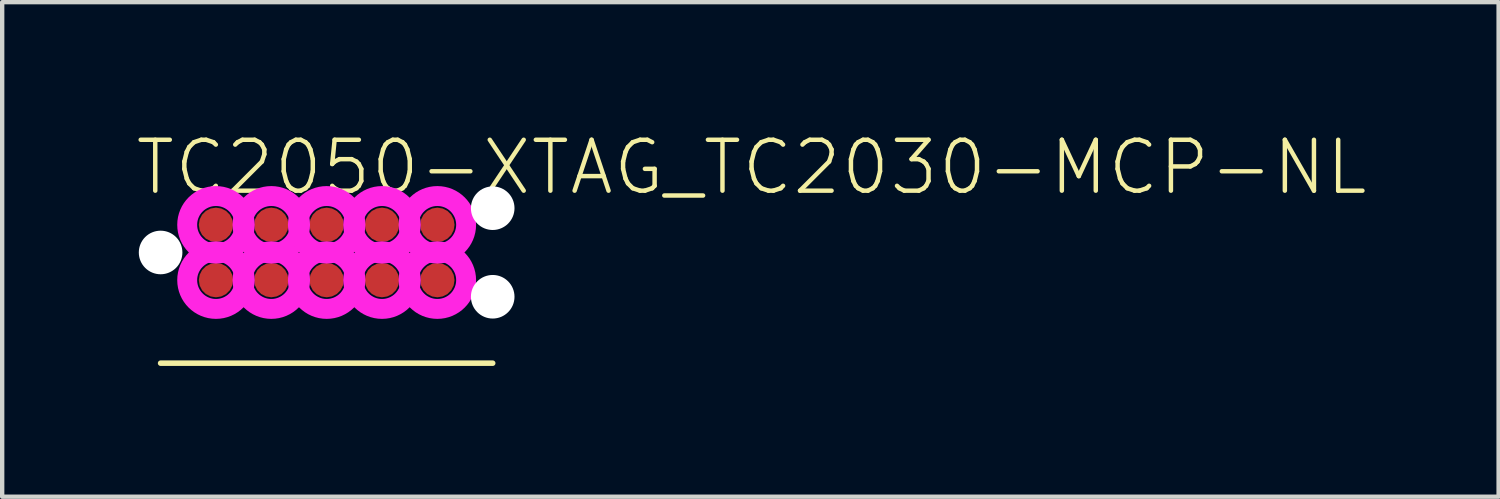
<source format=kicad_pcb>
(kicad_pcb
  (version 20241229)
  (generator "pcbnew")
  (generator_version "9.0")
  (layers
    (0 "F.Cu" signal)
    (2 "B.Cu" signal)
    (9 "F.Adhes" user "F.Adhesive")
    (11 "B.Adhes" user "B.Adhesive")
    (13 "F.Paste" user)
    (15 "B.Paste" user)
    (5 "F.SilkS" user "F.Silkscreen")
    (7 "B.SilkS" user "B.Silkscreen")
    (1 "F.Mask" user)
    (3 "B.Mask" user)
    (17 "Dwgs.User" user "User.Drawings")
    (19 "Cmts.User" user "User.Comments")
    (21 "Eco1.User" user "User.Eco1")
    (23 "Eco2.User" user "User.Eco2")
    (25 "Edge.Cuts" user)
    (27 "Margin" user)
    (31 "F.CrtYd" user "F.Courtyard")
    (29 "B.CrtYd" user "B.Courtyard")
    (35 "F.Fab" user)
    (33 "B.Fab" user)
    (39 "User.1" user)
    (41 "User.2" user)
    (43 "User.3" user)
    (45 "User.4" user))
  (footprint "TC2050-XTAG_TC2030-MCP-NL"
    (layer "F.Cu")
    (at 0.635 2.743)
    (property "Reference" "TC2050-XTAG_TC2030-MCP-NL" (at -0.635 -1.27 0) (unlocked yes) (layer "F.SilkS") (effects (font (size 1.168 1.168) (thickness 0.102)) (justify left bottom)))
    (fp_line (start 0 2.54) (end 7.62 2.54) (stroke (width 0.127) (type solid)) (layer "F.SilkS"))
    (fp_circle (center 1.27 -0.635) (end 1.93 -0.635) (stroke (width 0.457) (type solid)) (fill no) (layer "F.CrtYd"))
    (fp_circle (center 1.27 0.635) (end 1.93 0.635) (stroke (width 0.457) (type solid)) (fill no) (layer "F.CrtYd"))
    (fp_circle (center 2.54 -0.635) (end 3.2 -0.635) (stroke (width 0.457) (type solid)) (fill no) (layer "F.CrtYd"))
    (fp_circle (center 2.54 0.635) (end 3.2 0.635) (stroke (width 0.457) (type solid)) (fill no) (layer "F.CrtYd"))
    (fp_circle (center 3.81 -0.635) (end 4.47 -0.635) (stroke (width 0.457) (type solid)) (fill no) (layer "F.CrtYd"))
    (fp_circle (center 3.81 0.635) (end 4.47 0.635) (stroke (width 0.457) (type solid)) (fill no) (layer "F.CrtYd"))
    (fp_circle (center 5.08 -0.635) (end 5.74 -0.635) (stroke (width 0.457) (type solid)) (fill no) (layer "F.CrtYd"))
    (fp_circle (center 5.08 0.635) (end 5.74 0.635) (stroke (width 0.457) (type solid)) (fill no) (layer "F.CrtYd"))
    (fp_circle (center 6.35 -0.635) (end 7.01 -0.635) (stroke (width 0.457) (type solid)) (fill no) (layer "F.CrtYd"))
    (fp_circle (center 6.35 0.635) (end 7.01 0.635) (stroke (width 0.457) (type solid)) (fill no) (layer "F.CrtYd"))
    (pad "" np_thru_hole circle (at 0 0) (size 1 1) (drill 1) (layers "*.Cu" "*.Mask"))
    (pad "" np_thru_hole circle (at 7.62 -1.016) (size 1 1) (drill 1) (layers "*.Cu" "*.Mask"))
    (pad "" np_thru_hole circle (at 7.62 1.016) (size 1 1) (drill 1) (layers "*.Cu" "*.Mask"))
    (pad "1" smd roundrect (at 1.27 0.635) (size 0.787 0.787) (layers "F.Cu" "F.Mask" "F.Paste") (roundrect_rratio 0.5))
    (pad "2" smd roundrect (at 2.54 0.635) (size 0.787 0.787) (layers "F.Cu" "F.Mask" "F.Paste") (roundrect_rratio 0.5))
    (pad "3" smd roundrect (at 3.81 0.635) (size 0.787 0.787) (layers "F.Cu" "F.Mask" "F.Paste") (roundrect_rratio 0.5))
    (pad "4" smd roundrect (at 5.08 0.635) (size 0.787 0.787) (layers "F.Cu" "F.Mask" "F.Paste") (roundrect_rratio 0.5))
    (pad "5" smd roundrect (at 6.35 0.635) (size 0.787 0.787) (layers "F.Cu" "F.Mask" "F.Paste") (roundrect_rratio 0.5))
    (pad "6" smd roundrect (at 6.35 -0.635) (size 0.787 0.787) (layers "F.Cu" "F.Mask" "F.Paste") (roundrect_rratio 0.5))
    (pad "7" smd roundrect (at 5.08 -0.635) (size 0.787 0.787) (layers "F.Cu" "F.Mask" "F.Paste") (roundrect_rratio 0.5))
    (pad "8" smd roundrect (at 3.81 -0.635) (size 0.787 0.787) (layers "F.Cu" "F.Mask" "F.Paste") (roundrect_rratio 0.5))
    (pad "9" smd roundrect (at 2.54 -0.635) (size 0.787 0.787) (layers "F.Cu" "F.Mask" "F.Paste") (roundrect_rratio 0.5))
    (pad "10" smd roundrect (at 1.27 -0.635) (size 0.787 0.787) (layers "F.Cu" "F.Mask") (roundrect_rratio 0.5))
    (zone (net_name "") (layer "F.Cu") (hatch edge 0.5) (connect_pads) (min_thickness 0.25) (filled_areas_thickness no) (keepout (tracks not_allowed) (vias not_allowed) (pads not_allowed) (copperpour not_allowed) (footprints allowed)) (placement (enabled no)) (fill) (polygon (pts (xy 2.794 2.108) (xy 2.775 1.923) (xy 2.717 1.747) (xy 2.624 1.586) (xy 2.5 1.448) (xy 2.349 1.338) (xy 2.18 1.263) (xy 1.998 1.224) (xy 1.812 1.224) (xy 1.63 1.263) (xy 1.46 1.338) (xy 1.31 1.448) (xy 1.186 1.586) (xy 1.093 1.747) (xy 1.035 1.923) (xy 1.016 2.108) (xy 1.035 2.293) (xy 1.093 2.47) (xy 1.186 2.631) (xy 1.31 2.769) (xy 1.46 2.878) (xy 1.63 2.954) (xy 1.812 2.992) (xy 1.998 2.992) (xy 2.18 2.954) (xy 2.349 2.878) (xy 2.5 2.769) (xy 2.624 2.631) (xy 2.717 2.47) (xy 2.775 2.293))) (polygon (pts (xy 2.337 2.108) (xy 2.318 1.981) (xy 2.262 1.865) (xy 2.174 1.771) (xy 2.063 1.706) (xy 1.937 1.678) (xy 1.809 1.687) (xy 1.689 1.734) (xy 1.588 1.815) (xy 1.516 1.921) (xy 1.478 2.044) (xy 1.478 2.173) (xy 1.516 2.296) (xy 1.588 2.402) (xy 1.689 2.482) (xy 1.809 2.529) (xy 1.937 2.539) (xy 2.063 2.51) (xy 2.174 2.446) (xy 2.262 2.351) (xy 2.318 2.235))))
    (zone (net_name "") (layer "F.Cu") (hatch edge 0.5) (connect_pads) (min_thickness 0.25) (filled_areas_thickness no) (keepout (tracks not_allowed) (vias not_allowed) (pads not_allowed) (copperpour not_allowed) (footprints allowed)) (placement (enabled no)) (fill) (polygon (pts (xy 2.794 3.378) (xy 2.775 3.193) (xy 2.717 3.017) (xy 2.624 2.856) (xy 2.5 2.718) (xy 2.349 2.608) (xy 2.18 2.533) (xy 1.998 2.494) (xy 1.812 2.494) (xy 1.63 2.533) (xy 1.46 2.608) (xy 1.31 2.718) (xy 1.186 2.856) (xy 1.093 3.017) (xy 1.035 3.193) (xy 1.016 3.378) (xy 1.035 3.563) (xy 1.093 3.74) (xy 1.186 3.901) (xy 1.31 4.039) (xy 1.46 4.148) (xy 1.63 4.224) (xy 1.812 4.262) (xy 1.998 4.262) (xy 2.18 4.224) (xy 2.349 4.148) (xy 2.5 4.039) (xy 2.624 3.901) (xy 2.717 3.74) (xy 2.775 3.563))) (polygon (pts (xy 2.337 3.378) (xy 2.318 3.251) (xy 2.262 3.135) (xy 2.174 3.041) (xy 2.063 2.976) (xy 1.937 2.948) (xy 1.809 2.957) (xy 1.689 3.004) (xy 1.588 3.085) (xy 1.516 3.191) (xy 1.478 3.314) (xy 1.478 3.443) (xy 1.516 3.566) (xy 1.588 3.672) (xy 1.689 3.752) (xy 1.809 3.799) (xy 1.937 3.809) (xy 2.063 3.78) (xy 2.174 3.716) (xy 2.262 3.621) (xy 2.318 3.505))))
    (zone (net_name "") (layer "F.Cu") (hatch edge 0.5) (connect_pads) (min_thickness 0.25) (filled_areas_thickness no) (keepout (tracks not_allowed) (vias not_allowed) (pads not_allowed) (copperpour not_allowed) (footprints allowed)) (placement (enabled no)) (fill) (polygon (pts (xy 4.064 2.108) (xy 4.045 1.923) (xy 3.987 1.747) (xy 3.894 1.586) (xy 3.77 1.448) (xy 3.619 1.338) (xy 3.45 1.263) (xy 3.268 1.224) (xy 3.082 1.224) (xy 2.9 1.263) (xy 2.731 1.338) (xy 2.58 1.448) (xy 2.456 1.586) (xy 2.363 1.747) (xy 2.305 1.923) (xy 2.286 2.108) (xy 2.305 2.293) (xy 2.363 2.47) (xy 2.456 2.631) (xy 2.58 2.769) (xy 2.731 2.878) (xy 2.9 2.954) (xy 3.082 2.992) (xy 3.268 2.992) (xy 3.45 2.954) (xy 3.619 2.878) (xy 3.77 2.769) (xy 3.894 2.631) (xy 3.987 2.47) (xy 4.045 2.293))) (polygon (pts (xy 3.607 2.108) (xy 3.588 1.981) (xy 3.532 1.865) (xy 3.444 1.771) (xy 3.333 1.706) (xy 3.207 1.678) (xy 3.079 1.687) (xy 2.959 1.734) (xy 2.858 1.815) (xy 2.786 1.921) (xy 2.748 2.044) (xy 2.748 2.173) (xy 2.786 2.296) (xy 2.858 2.402) (xy 2.959 2.482) (xy 3.079 2.529) (xy 3.207 2.539) (xy 3.333 2.51) (xy 3.444 2.446) (xy 3.532 2.351) (xy 3.588 2.235))))
    (zone (net_name "") (layer "F.Cu") (hatch edge 0.5) (connect_pads) (min_thickness 0.25) (filled_areas_thickness no) (keepout (tracks not_allowed) (vias not_allowed) (pads not_allowed) (copperpour not_allowed) (footprints allowed)) (placement (enabled no)) (fill) (polygon (pts (xy 4.064 3.378) (xy 4.045 3.193) (xy 3.987 3.017) (xy 3.894 2.856) (xy 3.77 2.718) (xy 3.619 2.608) (xy 3.45 2.533) (xy 3.268 2.494) (xy 3.082 2.494) (xy 2.9 2.533) (xy 2.731 2.608) (xy 2.58 2.718) (xy 2.456 2.856) (xy 2.363 3.017) (xy 2.305 3.193) (xy 2.286 3.378) (xy 2.305 3.563) (xy 2.363 3.74) (xy 2.456 3.901) (xy 2.58 4.039) (xy 2.731 4.148) (xy 2.9 4.224) (xy 3.082 4.262) (xy 3.268 4.262) (xy 3.45 4.224) (xy 3.619 4.148) (xy 3.77 4.039) (xy 3.894 3.901) (xy 3.987 3.74) (xy 4.045 3.563))) (polygon (pts (xy 3.607 3.378) (xy 3.588 3.251) (xy 3.532 3.135) (xy 3.444 3.041) (xy 3.333 2.976) (xy 3.207 2.948) (xy 3.079 2.957) (xy 2.959 3.004) (xy 2.858 3.085) (xy 2.786 3.191) (xy 2.748 3.314) (xy 2.748 3.443) (xy 2.786 3.566) (xy 2.858 3.672) (xy 2.959 3.752) (xy 3.079 3.799) (xy 3.207 3.809) (xy 3.333 3.78) (xy 3.444 3.716) (xy 3.532 3.621) (xy 3.588 3.505))))
    (zone (net_name "") (layer "F.Cu") (hatch edge 0.5) (connect_pads) (min_thickness 0.25) (filled_areas_thickness no) (keepout (tracks not_allowed) (vias not_allowed) (pads not_allowed) (copperpour not_allowed) (footprints allowed)) (placement (enabled no)) (fill) (polygon (pts (xy 5.334 2.108) (xy 5.315 1.923) (xy 5.257 1.747) (xy 5.164 1.586) (xy 5.04 1.448) (xy 4.889 1.338) (xy 4.72 1.263) (xy 4.538 1.224) (xy 4.352 1.224) (xy 4.17 1.263) (xy 4 1.338) (xy 3.85 1.448) (xy 3.726 1.586) (xy 3.633 1.747) (xy 3.575 1.923) (xy 3.556 2.108) (xy 3.575 2.293) (xy 3.633 2.47) (xy 3.726 2.631) (xy 3.85 2.769) (xy 4 2.878) (xy 4.17 2.954) (xy 4.352 2.992) (xy 4.538 2.992) (xy 4.72 2.954) (xy 4.889 2.878) (xy 5.04 2.769) (xy 5.164 2.631) (xy 5.257 2.47) (xy 5.315 2.293))) (polygon (pts (xy 4.877 2.108) (xy 4.858 1.981) (xy 4.802 1.865) (xy 4.714 1.771) (xy 4.603 1.706) (xy 4.477 1.678) (xy 4.349 1.687) (xy 4.229 1.734) (xy 4.128 1.815) (xy 4.056 1.921) (xy 4.018 2.044) (xy 4.018 2.173) (xy 4.056 2.296) (xy 4.128 2.402) (xy 4.229 2.482) (xy 4.349 2.529) (xy 4.477 2.539) (xy 4.603 2.51) (xy 4.714 2.446) (xy 4.802 2.351) (xy 4.858 2.235))))
    (zone (net_name "") (layer "F.Cu") (hatch edge 0.5) (connect_pads) (min_thickness 0.25) (filled_areas_thickness no) (keepout (tracks not_allowed) (vias not_allowed) (pads not_allowed) (copperpour not_allowed) (footprints allowed)) (placement (enabled no)) (fill) (polygon (pts (xy 5.334 3.378) (xy 5.315 3.193) (xy 5.257 3.017) (xy 5.164 2.856) (xy 5.04 2.718) (xy 4.889 2.608) (xy 4.72 2.533) (xy 4.538 2.494) (xy 4.352 2.494) (xy 4.17 2.533) (xy 4 2.608) (xy 3.85 2.718) (xy 3.726 2.856) (xy 3.633 3.017) (xy 3.575 3.193) (xy 3.556 3.378) (xy 3.575 3.563) (xy 3.633 3.74) (xy 3.726 3.901) (xy 3.85 4.039) (xy 4 4.148) (xy 4.17 4.224) (xy 4.352 4.262) (xy 4.538 4.262) (xy 4.72 4.224) (xy 4.889 4.148) (xy 5.04 4.039) (xy 5.164 3.901) (xy 5.257 3.74) (xy 5.315 3.563))) (polygon (pts (xy 4.877 3.378) (xy 4.858 3.251) (xy 4.802 3.135) (xy 4.714 3.041) (xy 4.603 2.976) (xy 4.477 2.948) (xy 4.349 2.957) (xy 4.229 3.004) (xy 4.128 3.085) (xy 4.056 3.191) (xy 4.018 3.314) (xy 4.018 3.443) (xy 4.056 3.566) (xy 4.128 3.672) (xy 4.229 3.752) (xy 4.349 3.799) (xy 4.477 3.809) (xy 4.603 3.78) (xy 4.714 3.716) (xy 4.802 3.621) (xy 4.858 3.505))))
    (zone (net_name "") (layer "F.Cu") (hatch edge 0.5) (connect_pads) (min_thickness 0.25) (filled_areas_thickness no) (keepout (tracks not_allowed) (vias not_allowed) (pads not_allowed) (copperpour not_allowed) (footprints allowed)) (placement (enabled no)) (fill) (polygon (pts (xy 6.604 2.108) (xy 6.585 1.923) (xy 6.527 1.747) (xy 6.434 1.586) (xy 6.31 1.448) (xy 6.16 1.338) (xy 5.99 1.263) (xy 5.808 1.224) (xy 5.622 1.224) (xy 5.44 1.263) (xy 5.271 1.338) (xy 5.12 1.448) (xy 4.996 1.586) (xy 4.903 1.747) (xy 4.845 1.923) (xy 4.826 2.108) (xy 4.845 2.293) (xy 4.903 2.47) (xy 4.996 2.631) (xy 5.12 2.769) (xy 5.271 2.878) (xy 5.44 2.954) (xy 5.622 2.992) (xy 5.808 2.992) (xy 5.99 2.954) (xy 6.16 2.878) (xy 6.31 2.769) (xy 6.434 2.631) (xy 6.527 2.47) (xy 6.585 2.293))) (polygon (pts (xy 6.147 2.108) (xy 6.128 1.981) (xy 6.072 1.865) (xy 5.984 1.771) (xy 5.873 1.706) (xy 5.747 1.678) (xy 5.619 1.687) (xy 5.499 1.734) (xy 5.398 1.815) (xy 5.326 1.921) (xy 5.288 2.044) (xy 5.288 2.173) (xy 5.326 2.296) (xy 5.398 2.402) (xy 5.499 2.482) (xy 5.619 2.529) (xy 5.747 2.539) (xy 5.873 2.51) (xy 5.984 2.446) (xy 6.072 2.351) (xy 6.128 2.235))))
    (zone (net_name "") (layer "F.Cu") (hatch edge 0.5) (connect_pads) (min_thickness 0.25) (filled_areas_thickness no) (keepout (tracks not_allowed) (vias not_allowed) (pads not_allowed) (copperpour not_allowed) (footprints allowed)) (placement (enabled no)) (fill) (polygon (pts (xy 6.604 3.378) (xy 6.585 3.193) (xy 6.527 3.017) (xy 6.434 2.856) (xy 6.31 2.718) (xy 6.16 2.608) (xy 5.99 2.533) (xy 5.808 2.494) (xy 5.622 2.494) (xy 5.44 2.533) (xy 5.271 2.608) (xy 5.12 2.718) (xy 4.996 2.856) (xy 4.903 3.017) (xy 4.845 3.193) (xy 4.826 3.378) (xy 4.845 3.563) (xy 4.903 3.74) (xy 4.996 3.901) (xy 5.12 4.039) (xy 5.271 4.148) (xy 5.44 4.224) (xy 5.622 4.262) (xy 5.808 4.262) (xy 5.99 4.224) (xy 6.16 4.148) (xy 6.31 4.039) (xy 6.434 3.901) (xy 6.527 3.74) (xy 6.585 3.563))) (polygon (pts (xy 6.147 3.378) (xy 6.128 3.251) (xy 6.072 3.135) (xy 5.984 3.041) (xy 5.873 2.976) (xy 5.747 2.948) (xy 5.619 2.957) (xy 5.499 3.004) (xy 5.398 3.085) (xy 5.326 3.191) (xy 5.288 3.314) (xy 5.288 3.443) (xy 5.326 3.566) (xy 5.398 3.672) (xy 5.499 3.752) (xy 5.619 3.799) (xy 5.747 3.809) (xy 5.873 3.78) (xy 5.984 3.716) (xy 6.072 3.621) (xy 6.128 3.505))))
    (zone (net_name "") (layer "F.Cu") (hatch edge 0.5) (connect_pads) (min_thickness 0.25) (filled_areas_thickness no) (keepout (tracks not_allowed) (vias not_allowed) (pads not_allowed) (copperpour not_allowed) (footprints allowed)) (placement (enabled no)) (fill) (polygon (pts (xy 7.874 2.108) (xy 7.855 1.923) (xy 7.797 1.747) (xy 7.704 1.586) (xy 7.58 1.448) (xy 7.429 1.338) (xy 7.26 1.263) (xy 7.078 1.224) (xy 6.892 1.224) (xy 6.71 1.263) (xy 6.54 1.338) (xy 6.39 1.448) (xy 6.266 1.586) (xy 6.173 1.747) (xy 6.115 1.923) (xy 6.096 2.108) (xy 6.115 2.293) (xy 6.173 2.47) (xy 6.266 2.631) (xy 6.39 2.769) (xy 6.54 2.878) (xy 6.71 2.954) (xy 6.892 2.992) (xy 7.078 2.992) (xy 7.26 2.954) (xy 7.429 2.878) (xy 7.58 2.769) (xy 7.704 2.631) (xy 7.797 2.47) (xy 7.855 2.293))) (polygon (pts (xy 7.417 2.108) (xy 7.398 1.981) (xy 7.342 1.865) (xy 7.254 1.771) (xy 7.143 1.706) (xy 7.017 1.678) (xy 6.889 1.687) (xy 6.769 1.734) (xy 6.668 1.815) (xy 6.596 1.921) (xy 6.558 2.044) (xy 6.558 2.173) (xy 6.596 2.296) (xy 6.668 2.402) (xy 6.769 2.482) (xy 6.889 2.529) (xy 7.017 2.539) (xy 7.143 2.51) (xy 7.254 2.446) (xy 7.342 2.351) (xy 7.398 2.235))))
    (zone (net_name "") (layer "F.Cu") (hatch edge 0.5) (connect_pads) (min_thickness 0.25) (filled_areas_thickness no) (keepout (tracks not_allowed) (vias not_allowed) (pads not_allowed) (copperpour not_allowed) (footprints allowed)) (placement (enabled no)) (fill) (polygon (pts (xy 7.874 3.378) (xy 7.855 3.193) (xy 7.797 3.017) (xy 7.704 2.856) (xy 7.58 2.718) (xy 7.429 2.608) (xy 7.26 2.533) (xy 7.078 2.494) (xy 6.892 2.494) (xy 6.71 2.533) (xy 6.54 2.608) (xy 6.39 2.718) (xy 6.266 2.856) (xy 6.173 3.017) (xy 6.115 3.193) (xy 6.096 3.378) (xy 6.115 3.563) (xy 6.173 3.74) (xy 6.266 3.901) (xy 6.39 4.039) (xy 6.54 4.148) (xy 6.71 4.224) (xy 6.892 4.262) (xy 7.078 4.262) (xy 7.26 4.224) (xy 7.429 4.148) (xy 7.58 4.039) (xy 7.704 3.901) (xy 7.797 3.74) (xy 7.855 3.563))) (polygon (pts (xy 7.417 3.378) (xy 7.398 3.251) (xy 7.342 3.135) (xy 7.254 3.041) (xy 7.143 2.976) (xy 7.017 2.948) (xy 6.889 2.957) (xy 6.769 3.004) (xy 6.668 3.085) (xy 6.596 3.191) (xy 6.558 3.314) (xy 6.558 3.443) (xy 6.596 3.566) (xy 6.668 3.672) (xy 6.769 3.752) (xy 6.889 3.799) (xy 7.017 3.809) (xy 7.143 3.78) (xy 7.254 3.716) (xy 7.342 3.621) (xy 7.398 3.505)))))
  (gr_rect
    (start -3 -3)
    (end 31.335 8.347)
    (stroke (width 0.1) (type default))
    (fill no)
    (layer "Edge.Cuts")))
</source>
